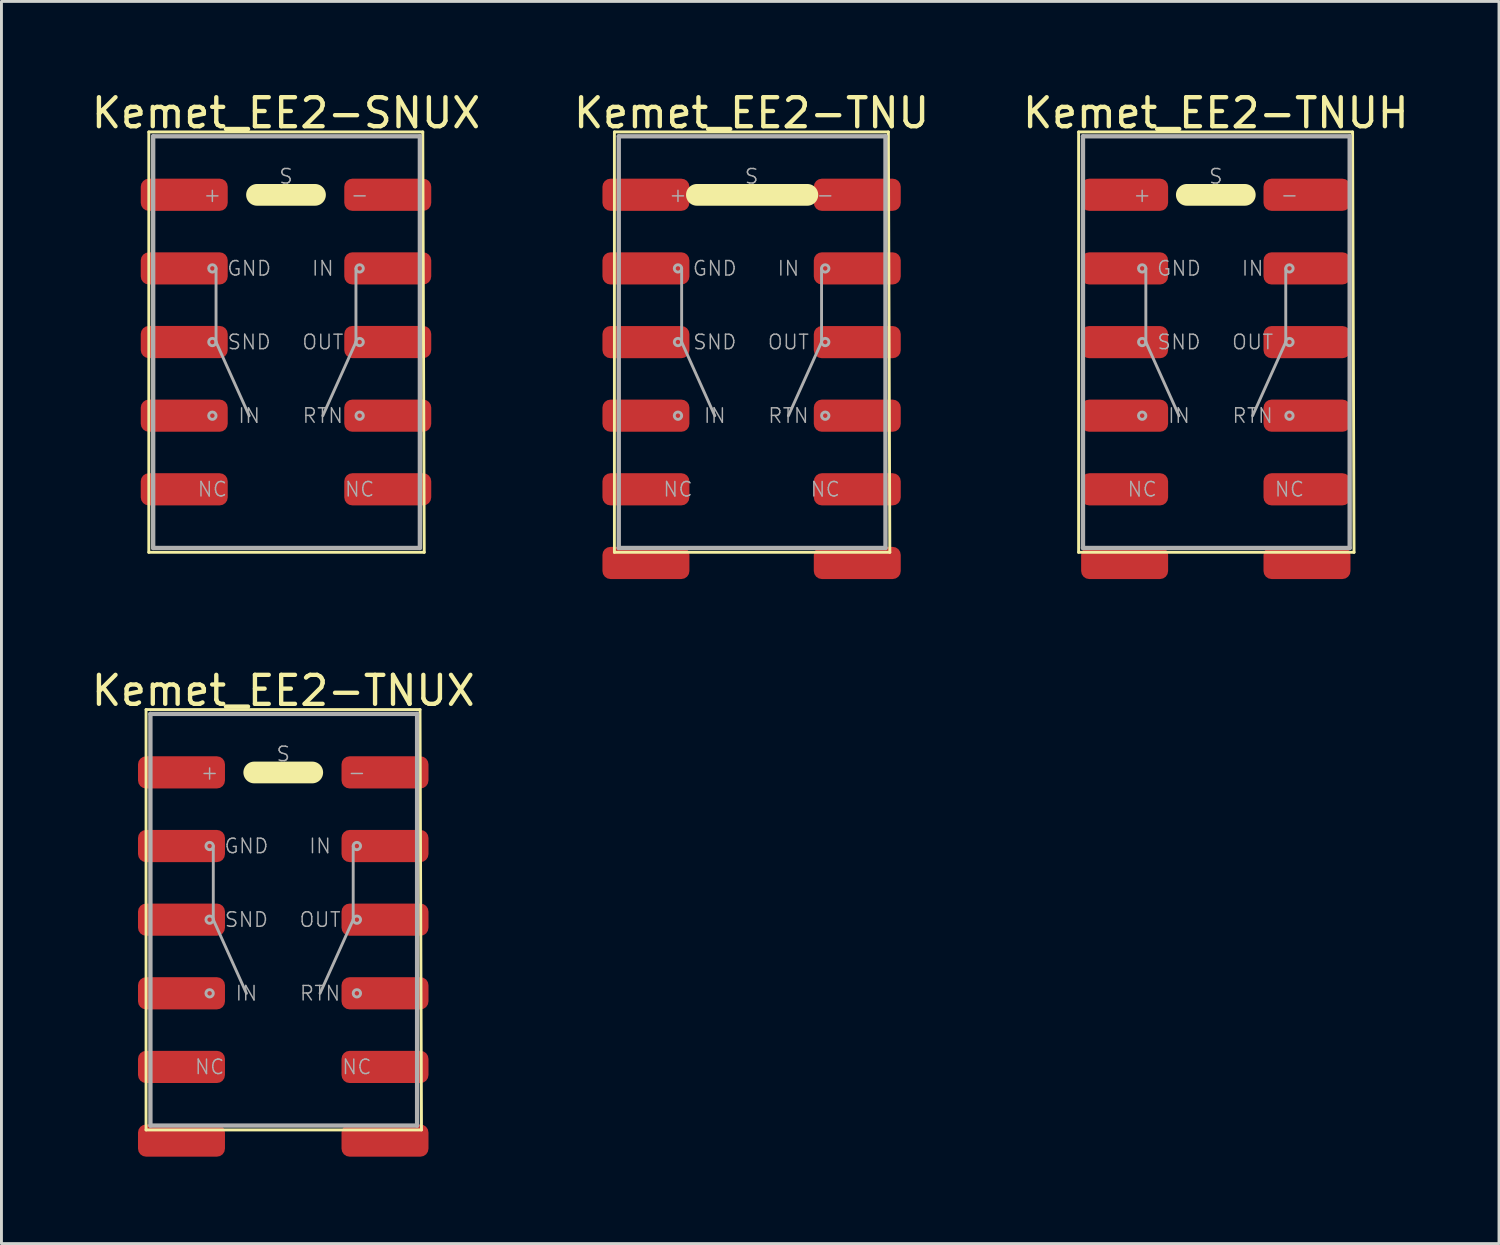
<source format=kicad_pcb>
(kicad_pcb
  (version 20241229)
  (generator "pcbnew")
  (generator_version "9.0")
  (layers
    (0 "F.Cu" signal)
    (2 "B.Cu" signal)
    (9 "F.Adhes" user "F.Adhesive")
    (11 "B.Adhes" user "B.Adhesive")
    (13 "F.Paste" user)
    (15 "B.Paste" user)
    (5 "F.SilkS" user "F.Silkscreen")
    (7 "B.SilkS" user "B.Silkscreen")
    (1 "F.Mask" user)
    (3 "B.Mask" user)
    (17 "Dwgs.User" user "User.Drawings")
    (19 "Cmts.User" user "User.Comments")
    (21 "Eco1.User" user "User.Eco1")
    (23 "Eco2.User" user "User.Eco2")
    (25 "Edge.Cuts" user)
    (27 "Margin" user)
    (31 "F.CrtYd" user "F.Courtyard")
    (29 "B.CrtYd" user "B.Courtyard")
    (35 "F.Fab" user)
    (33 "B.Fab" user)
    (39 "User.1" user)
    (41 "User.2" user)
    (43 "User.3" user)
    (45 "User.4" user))
  (footprint "Kemet_EE2-SNUX"
    (layer "F.Cu")
    (at 6.815 8.748)
    (property "Reference" "Kemet_EE2-SNUX" (at 0 -7.9 0) (layer "F.SilkS") (effects (font (size 1 1) (thickness 0.15))))
    (attr through_hole)
    (fp_line (start -4.732 -7.247) (end -4.732 7.253) (stroke (width 0.1) (type solid)) (layer "F.SilkS"))
    (fp_line (start 1 -5.077) (end -1 -5.077) (stroke (width 0.75) (type solid)) (layer "F.SilkS"))
    (fp_line (start 4.718 -7.247) (end -4.732 -7.247) (stroke (width 0.1) (type solid)) (layer "F.SilkS"))
    (fp_line (start 4.718 -7.247) (end 4.768 7.253) (stroke (width 0.1) (type solid)) (layer "F.SilkS"))
    (fp_line (start 4.768 7.253) (end -4.732 7.253) (stroke (width 0.1) (type solid)) (layer "F.SilkS"))
    (fp_line (start -4.582 -7.097) (end -4.582 7.103) (stroke (width 0.15) (type solid)) (layer "F.Fab"))
    (fp_line (start -4.582 7.103) (end 4.618 7.103) (stroke (width 0.15) (type solid)) (layer "F.Fab"))
    (fp_line (start -2.413 0) (end -2.413 -2.54) (stroke (width 0.1) (type solid)) (layer "F.Fab"))
    (fp_line (start -2.413 0) (end -1.27 2.54) (stroke (width 0.1) (type solid)) (layer "F.Fab"))
    (fp_line (start 2.413 0) (end 1.27 2.54) (stroke (width 0.1) (type solid)) (layer "F.Fab"))
    (fp_line (start 2.413 0) (end 2.413 -2.54) (stroke (width 0.1) (type solid)) (layer "F.Fab"))
    (fp_line (start 4.618 -7.097) (end -4.582 -7.097) (stroke (width 0.15) (type solid)) (layer "F.Fab"))
    (fp_line (start 4.618 7.103) (end 4.618 -7.097) (stroke (width 0.15) (type solid)) (layer "F.Fab"))
    (fp_circle (center -2.54 -2.54) (end -2.54 -2.413) (stroke (width 0.1) (type solid)) (fill no) (layer "F.Fab"))
    (fp_circle (center -2.54 0) (end -2.54 -0.127) (stroke (width 0.1) (type solid)) (fill no) (layer "F.Fab"))
    (fp_circle (center -2.54 2.54) (end -2.54 2.413) (stroke (width 0.1) (type solid)) (fill no) (layer "F.Fab"))
    (fp_circle (center 2.54 -2.54) (end 2.54 -2.667) (stroke (width 0.1) (type solid)) (fill no) (layer "F.Fab"))
    (fp_circle (center 2.54 0) (end 2.54 -0.127) (stroke (width 0.1) (type solid)) (fill no) (layer "F.Fab"))
    (fp_circle (center 2.54 2.54) (end 2.54 2.413) (stroke (width 0.1) (type solid)) (fill no) (layer "F.Fab"))
    (fp_text user "NC" (at -2.54 5.08 0) (layer "F.Fab") (effects (font (size 0.5 0.5) (thickness 0.05))))
    (fp_text user "IN" (at 1.27 -2.54 0) (layer "F.Fab") (effects (font (size 0.5 0.5) (thickness 0.05))))
    (fp_text user "GND" (at -1.27 -2.54 0) (layer "F.Fab") (effects (font (size 0.5 0.5) (thickness 0.05))))
    (fp_text user "-" (at 2.54 -5.08 0) (layer "F.Fab") (effects (font (size 0.5 0.5) (thickness 0.05))))
    (fp_text user "OUT" (at 1.27 0 0) (layer "F.Fab") (effects (font (size 0.5 0.5) (thickness 0.05))))
    (fp_text user "+" (at -2.54 -5.08 0) (layer "F.Fab") (effects (font (size 0.5 0.5) (thickness 0.05))))
    (fp_text user "S" (at 0 -5.715 0) (layer "F.Fab") (effects (font (size 0.5 0.5) (thickness 0.05))))
    (fp_text user "IN" (at -1.27 2.54 0) (layer "F.Fab") (effects (font (size 0.5 0.5) (thickness 0.05))))
    (fp_text user "NC" (at 2.54 5.08 0) (layer "F.Fab") (effects (font (size 0.5 0.5) (thickness 0.05))))
    (fp_text user "RTN" (at 1.27 2.54 0) (layer "F.Fab") (effects (font (size 0.5 0.5) (thickness 0.05))))
    (fp_text user "SND" (at -1.27 0 0) (layer "F.Fab") (effects (font (size 0.5 0.5) (thickness 0.05))))
    (pad "1" smd roundrect (at -3.51 -5.08) (size 3 1.11) (layers "F.Cu" "F.Mask" "F.Paste") (roundrect_rratio 0.25))
    (pad "2" smd roundrect (at -3.51 -2.54) (size 3 1.11) (layers "F.Cu" "F.Mask" "F.Paste") (roundrect_rratio 0.25))
    (pad "3" smd roundrect (at -3.51 0) (size 3 1.11) (layers "F.Cu" "F.Mask" "F.Paste") (roundrect_rratio 0.25))
    (pad "4" smd roundrect (at -3.51 2.54) (size 3 1.11) (layers "F.Cu" "F.Mask" "F.Paste") (roundrect_rratio 0.25))
    (pad "5" smd roundrect (at -3.51 5.08) (size 3 1.11) (layers "F.Cu" "F.Mask" "F.Paste") (roundrect_rratio 0.25))
    (pad "6" smd roundrect (at 3.51 5.08) (size 3 1.11) (layers "F.Cu" "F.Mask" "F.Paste") (roundrect_rratio 0.25))
    (pad "7" smd roundrect (at 3.51 2.54) (size 3 1.11) (layers "F.Cu" "F.Mask" "F.Paste") (roundrect_rratio 0.25))
    (pad "8" smd roundrect (at 3.51 0) (size 3 1.11) (layers "F.Cu" "F.Mask" "F.Paste") (roundrect_rratio 0.25))
    (pad "9" smd roundrect (at 3.51 -2.54) (size 3 1.11) (layers "F.Cu" "F.Mask" "F.Paste") (roundrect_rratio 0.25))
    (pad "10" smd roundrect (at 3.51 -5.08) (size 3 1.11) (layers "F.Cu" "F.Mask" "F.Paste") (roundrect_rratio 0.25)))
  (footprint "Kemet_EE2-TNUH"
    (layer "F.Cu")
    (at 38.887 8.748)
    (property "Reference" "Kemet_EE2-TNUH" (at 0 -7.9 0) (layer "F.SilkS") (effects (font (size 1 1) (thickness 0.15))))
    (attr through_hole)
    (fp_line (start -4.732 -7.247) (end -4.732 7.253) (stroke (width 0.1) (type solid)) (layer "F.SilkS"))
    (fp_line (start 1 -5.077) (end -1 -5.077) (stroke (width 0.75) (type solid)) (layer "F.SilkS"))
    (fp_line (start 4.718 -7.247) (end -4.732 -7.247) (stroke (width 0.1) (type solid)) (layer "F.SilkS"))
    (fp_line (start 4.718 -7.247) (end 4.768 7.253) (stroke (width 0.1) (type solid)) (layer "F.SilkS"))
    (fp_line (start 4.768 7.253) (end -4.732 7.253) (stroke (width 0.1) (type solid)) (layer "F.SilkS"))
    (fp_line (start -4.582 -7.097) (end -4.582 7.103) (stroke (width 0.15) (type solid)) (layer "F.Fab"))
    (fp_line (start -4.582 7.103) (end 4.618 7.103) (stroke (width 0.15) (type solid)) (layer "F.Fab"))
    (fp_line (start -2.413 0) (end -2.413 -2.54) (stroke (width 0.1) (type solid)) (layer "F.Fab"))
    (fp_line (start -2.413 0) (end -1.27 2.54) (stroke (width 0.1) (type solid)) (layer "F.Fab"))
    (fp_line (start 2.413 0) (end 1.27 2.54) (stroke (width 0.1) (type solid)) (layer "F.Fab"))
    (fp_line (start 2.413 0) (end 2.413 -2.54) (stroke (width 0.1) (type solid)) (layer "F.Fab"))
    (fp_line (start 4.618 -7.097) (end -4.582 -7.097) (stroke (width 0.15) (type solid)) (layer "F.Fab"))
    (fp_line (start 4.618 7.103) (end 4.618 -7.097) (stroke (width 0.15) (type solid)) (layer "F.Fab"))
    (fp_circle (center -2.54 -2.54) (end -2.54 -2.413) (stroke (width 0.1) (type solid)) (fill no) (layer "F.Fab"))
    (fp_circle (center -2.54 0) (end -2.54 -0.127) (stroke (width 0.1) (type solid)) (fill no) (layer "F.Fab"))
    (fp_circle (center -2.54 2.54) (end -2.54 2.413) (stroke (width 0.1) (type solid)) (fill no) (layer "F.Fab"))
    (fp_circle (center 2.54 -2.54) (end 2.54 -2.667) (stroke (width 0.1) (type solid)) (fill no) (layer "F.Fab"))
    (fp_circle (center 2.54 0) (end 2.54 -0.127) (stroke (width 0.1) (type solid)) (fill no) (layer "F.Fab"))
    (fp_circle (center 2.54 2.54) (end 2.54 2.413) (stroke (width 0.1) (type solid)) (fill no) (layer "F.Fab"))
    (fp_text user "S" (at 0 -5.715 0) (layer "F.Fab") (effects (font (size 0.5 0.5) (thickness 0.05))))
    (fp_text user "+" (at -2.54 -5.08 0) (layer "F.Fab") (effects (font (size 0.5 0.5) (thickness 0.05))))
    (fp_text user "IN" (at -1.27 2.54 0) (layer "F.Fab") (effects (font (size 0.5 0.5) (thickness 0.05))))
    (fp_text user "NC" (at 2.54 5.08 0) (layer "F.Fab") (effects (font (size 0.5 0.5) (thickness 0.05))))
    (fp_text user "NC" (at -2.54 5.08 0) (layer "F.Fab") (effects (font (size 0.5 0.5) (thickness 0.05))))
    (fp_text user "-" (at 2.54 -5.08 0) (layer "F.Fab") (effects (font (size 0.5 0.5) (thickness 0.05))))
    (fp_text user "OUT" (at 1.27 0 0) (layer "F.Fab") (effects (font (size 0.5 0.5) (thickness 0.05))))
    (fp_text user "IN" (at 1.27 -2.54 0) (layer "F.Fab") (effects (font (size 0.5 0.5) (thickness 0.05))))
    (fp_text user "GND" (at -1.27 -2.54 0) (layer "F.Fab") (effects (font (size 0.5 0.5) (thickness 0.05))))
    (fp_text user "SND" (at -1.27 0 0) (layer "F.Fab") (effects (font (size 0.5 0.5) (thickness 0.05))))
    (fp_text user "RTN" (at 1.27 2.54 0) (layer "F.Fab") (effects (font (size 0.5 0.5) (thickness 0.05))))
    (pad "1" smd roundrect (at -3.145 -5.08) (size 3 1.11) (layers "F.Cu" "F.Mask" "F.Paste") (roundrect_rratio 0.25))
    (pad "2" smd roundrect (at -3.145 -2.54) (size 3 1.11) (layers "F.Cu" "F.Mask" "F.Paste") (roundrect_rratio 0.25))
    (pad "3" smd roundrect (at -3.145 0.003) (size 3 1.11) (layers "F.Cu" "F.Mask" "F.Paste") (roundrect_rratio 0.25))
    (pad "4" smd roundrect (at -3.145 2.54) (size 3 1.11) (layers "F.Cu" "F.Mask" "F.Paste") (roundrect_rratio 0.25))
    (pad "5" smd roundrect (at -3.145 5.08) (size 3 1.11) (layers "F.Cu" "F.Mask" "F.Paste") (roundrect_rratio 0.25))
    (pad "5" smd roundrect (at -3.145 7.62) (size 3 1.11) (layers "F.Cu" "F.Mask" "F.Paste") (roundrect_rratio 0.25))
    (pad "6" smd roundrect (at 3.145 5.08) (size 3 1.11) (layers "F.Cu" "F.Mask" "F.Paste") (roundrect_rratio 0.25))
    (pad "6" smd roundrect (at 3.145 7.62) (size 3 1.11) (layers "F.Cu" "F.Mask" "F.Paste") (roundrect_rratio 0.25))
    (pad "7" smd roundrect (at 3.145 2.54) (size 3 1.11) (layers "F.Cu" "F.Mask" "F.Paste") (roundrect_rratio 0.25))
    (pad "8" smd roundrect (at 3.145 0.003) (size 3 1.11) (layers "F.Cu" "F.Mask" "F.Paste") (roundrect_rratio 0.25))
    (pad "9" smd roundrect (at 3.145 -2.54) (size 3 1.11) (layers "F.Cu" "F.Mask" "F.Paste") (roundrect_rratio 0.25))
    (pad "10" smd roundrect (at 3.145 -5.08) (size 3 1.11) (layers "F.Cu" "F.Mask" "F.Paste") (roundrect_rratio 0.25)))
  (footprint "Kemet_EE2-TNU"
    (layer "F.Cu")
    (at 22.875 8.748)
    (property "Reference" "Kemet_EE2-TNU" (at 0 -7.9 0) (layer "F.SilkS") (effects (font (size 1 1) (thickness 0.15))))
    (attr through_hole)
    (fp_line (start -4.732 -7.247) (end -4.732 7.253) (stroke (width 0.1) (type solid)) (layer "F.SilkS"))
    (fp_line (start 1.923 -5.077) (end -1.887 -5.077) (stroke (width 0.75) (type solid)) (layer "F.SilkS"))
    (fp_line (start 4.718 -7.247) (end -4.732 -7.247) (stroke (width 0.1) (type solid)) (layer "F.SilkS"))
    (fp_line (start 4.718 -7.247) (end 4.768 7.253) (stroke (width 0.1) (type solid)) (layer "F.SilkS"))
    (fp_line (start 4.768 7.253) (end -4.732 7.253) (stroke (width 0.1) (type solid)) (layer "F.SilkS"))
    (fp_line (start -4.582 -7.097) (end -4.582 7.103) (stroke (width 0.15) (type solid)) (layer "F.Fab"))
    (fp_line (start -4.582 7.103) (end 4.618 7.103) (stroke (width 0.15) (type solid)) (layer "F.Fab"))
    (fp_line (start -2.413 0) (end -2.413 -2.54) (stroke (width 0.1) (type solid)) (layer "F.Fab"))
    (fp_line (start -2.413 0) (end -1.27 2.54) (stroke (width 0.1) (type solid)) (layer "F.Fab"))
    (fp_line (start 2.413 0) (end 1.27 2.54) (stroke (width 0.1) (type solid)) (layer "F.Fab"))
    (fp_line (start 2.413 0) (end 2.413 -2.54) (stroke (width 0.1) (type solid)) (layer "F.Fab"))
    (fp_line (start 4.618 -7.097) (end -4.582 -7.097) (stroke (width 0.15) (type solid)) (layer "F.Fab"))
    (fp_line (start 4.618 7.103) (end 4.618 -7.097) (stroke (width 0.15) (type solid)) (layer "F.Fab"))
    (fp_circle (center -2.54 -2.54) (end -2.54 -2.413) (stroke (width 0.1) (type solid)) (fill no) (layer "F.Fab"))
    (fp_circle (center -2.54 0) (end -2.54 -0.127) (stroke (width 0.1) (type solid)) (fill no) (layer "F.Fab"))
    (fp_circle (center -2.54 2.54) (end -2.54 2.413) (stroke (width 0.1) (type solid)) (fill no) (layer "F.Fab"))
    (fp_circle (center 2.54 -2.54) (end 2.54 -2.667) (stroke (width 0.1) (type solid)) (fill no) (layer "F.Fab"))
    (fp_circle (center 2.54 0) (end 2.54 -0.127) (stroke (width 0.1) (type solid)) (fill no) (layer "F.Fab"))
    (fp_circle (center 2.54 2.54) (end 2.54 2.413) (stroke (width 0.1) (type solid)) (fill no) (layer "F.Fab"))
    (fp_text user "SND" (at -1.27 0 0) (layer "F.Fab") (effects (font (size 0.5 0.5) (thickness 0.05))))
    (fp_text user "+" (at -2.54 -5.08 0) (layer "F.Fab") (effects (font (size 0.5 0.5) (thickness 0.05))))
    (fp_text user "OUT" (at 1.27 0 0) (layer "F.Fab") (effects (font (size 0.5 0.5) (thickness 0.05))))
    (fp_text user "IN" (at -1.27 2.54 0) (layer "F.Fab") (effects (font (size 0.5 0.5) (thickness 0.05))))
    (fp_text user "RTN" (at 1.27 2.54 0) (layer "F.Fab") (effects (font (size 0.5 0.5) (thickness 0.05))))
    (fp_text user "NC" (at -2.54 5.08 0) (layer "F.Fab") (effects (font (size 0.5 0.5) (thickness 0.05))))
    (fp_text user "S" (at 0 -5.715 0) (layer "F.Fab") (effects (font (size 0.5 0.5) (thickness 0.05))))
    (fp_text user "GND" (at -1.27 -2.54 0) (layer "F.Fab") (effects (font (size 0.5 0.5) (thickness 0.05))))
    (fp_text user "NC" (at 2.54 5.08 0) (layer "F.Fab") (effects (font (size 0.5 0.5) (thickness 0.05))))
    (fp_text user "-" (at 2.54 -5.08 0) (layer "F.Fab") (effects (font (size 0.5 0.5) (thickness 0.05))))
    (fp_text user "IN" (at 1.27 -2.54 0) (layer "F.Fab") (effects (font (size 0.5 0.5) (thickness 0.05))))
    (pad "1" smd roundrect (at -3.645 -5.08) (size 3 1.11) (layers "F.Cu" "F.Mask" "F.Paste") (roundrect_rratio 0.25))
    (pad "2" smd roundrect (at -3.645 -2.54) (size 3 1.11) (layers "F.Cu" "F.Mask" "F.Paste") (roundrect_rratio 0.25))
    (pad "3" smd roundrect (at -3.645 0.003) (size 3 1.11) (layers "F.Cu" "F.Mask" "F.Paste") (roundrect_rratio 0.25))
    (pad "4" smd roundrect (at -3.645 2.54) (size 3 1.11) (layers "F.Cu" "F.Mask" "F.Paste") (roundrect_rratio 0.25))
    (pad "5" smd roundrect (at -3.645 5.08) (size 3 1.11) (layers "F.Cu" "F.Mask" "F.Paste") (roundrect_rratio 0.25))
    (pad "5" smd roundrect (at -3.645 7.62) (size 3 1.11) (layers "F.Cu" "F.Mask" "F.Paste") (roundrect_rratio 0.25))
    (pad "6" smd roundrect (at 3.645 5.08) (size 3 1.11) (layers "F.Cu" "F.Mask" "F.Paste") (roundrect_rratio 0.25))
    (pad "6" smd roundrect (at 3.645 7.62) (size 3 1.11) (layers "F.Cu" "F.Mask" "F.Paste") (roundrect_rratio 0.25))
    (pad "7" smd roundrect (at 3.645 2.54) (size 3 1.11) (layers "F.Cu" "F.Mask" "F.Paste") (roundrect_rratio 0.25))
    (pad "8" smd roundrect (at 3.645 0.003) (size 3 1.11) (layers "F.Cu" "F.Mask" "F.Paste") (roundrect_rratio 0.25))
    (pad "9" smd roundrect (at 3.645 -2.54) (size 3 1.11) (layers "F.Cu" "F.Mask" "F.Paste") (roundrect_rratio 0.25))
    (pad "10" smd roundrect (at 3.645 -5.08) (size 3 1.11) (layers "F.Cu" "F.Mask" "F.Paste") (roundrect_rratio 0.25)))
  (footprint "Kemet_EE2-TNUX"
    (layer "F.Cu")
    (at 6.72 28.672)
    (property "Reference" "Kemet_EE2-TNUX" (at 0 -7.9 0) (layer "F.SilkS") (effects (font (size 1 1) (thickness 0.15))))
    (attr through_hole)
    (fp_line (start -4.732 -7.247) (end -4.732 7.253) (stroke (width 0.1) (type solid)) (layer "F.SilkS"))
    (fp_line (start 1 -5.077) (end -1 -5.077) (stroke (width 0.75) (type solid)) (layer "F.SilkS"))
    (fp_line (start 4.718 -7.247) (end -4.732 -7.247) (stroke (width 0.1) (type solid)) (layer "F.SilkS"))
    (fp_line (start 4.718 -7.247) (end 4.768 7.253) (stroke (width 0.1) (type solid)) (layer "F.SilkS"))
    (fp_line (start 4.768 7.253) (end -4.732 7.253) (stroke (width 0.1) (type solid)) (layer "F.SilkS"))
    (fp_line (start -4.582 -7.097) (end -4.582 7.103) (stroke (width 0.15) (type solid)) (layer "F.Fab"))
    (fp_line (start -4.582 7.103) (end 4.618 7.103) (stroke (width 0.15) (type solid)) (layer "F.Fab"))
    (fp_line (start -2.413 0) (end -2.413 -2.54) (stroke (width 0.1) (type solid)) (layer "F.Fab"))
    (fp_line (start -2.413 0) (end -1.27 2.54) (stroke (width 0.1) (type solid)) (layer "F.Fab"))
    (fp_line (start 2.413 0) (end 1.27 2.54) (stroke (width 0.1) (type solid)) (layer "F.Fab"))
    (fp_line (start 2.413 0) (end 2.413 -2.54) (stroke (width 0.1) (type solid)) (layer "F.Fab"))
    (fp_line (start 4.618 -7.097) (end -4.582 -7.097) (stroke (width 0.15) (type solid)) (layer "F.Fab"))
    (fp_line (start 4.618 7.103) (end 4.618 -7.097) (stroke (width 0.15) (type solid)) (layer "F.Fab"))
    (fp_circle (center -2.54 -2.54) (end -2.54 -2.413) (stroke (width 0.1) (type solid)) (fill no) (layer "F.Fab"))
    (fp_circle (center -2.54 0) (end -2.54 -0.127) (stroke (width 0.1) (type solid)) (fill no) (layer "F.Fab"))
    (fp_circle (center -2.54 2.54) (end -2.54 2.413) (stroke (width 0.1) (type solid)) (fill no) (layer "F.Fab"))
    (fp_circle (center 2.54 -2.54) (end 2.54 -2.667) (stroke (width 0.1) (type solid)) (fill no) (layer "F.Fab"))
    (fp_circle (center 2.54 0) (end 2.54 -0.127) (stroke (width 0.1) (type solid)) (fill no) (layer "F.Fab"))
    (fp_circle (center 2.54 2.54) (end 2.54 2.413) (stroke (width 0.1) (type solid)) (fill no) (layer "F.Fab"))
    (fp_text user "S" (at 0 -5.715 0) (layer "F.Fab") (effects (font (size 0.5 0.5) (thickness 0.05))))
    (fp_text user "RTN" (at 1.27 2.54 0) (layer "F.Fab") (effects (font (size 0.5 0.5) (thickness 0.05))))
    (fp_text user "IN" (at 1.27 -2.54 0) (layer "F.Fab") (effects (font (size 0.5 0.5) (thickness 0.05))))
    (fp_text user "NC" (at -2.54 5.08 0) (layer "F.Fab") (effects (font (size 0.5 0.5) (thickness 0.05))))
    (fp_text user "IN" (at -1.27 2.54 0) (layer "F.Fab") (effects (font (size 0.5 0.5) (thickness 0.05))))
    (fp_text user "OUT" (at 1.27 0 0) (layer "F.Fab") (effects (font (size 0.5 0.5) (thickness 0.05))))
    (fp_text user "GND" (at -1.27 -2.54 0) (layer "F.Fab") (effects (font (size 0.5 0.5) (thickness 0.05))))
    (fp_text user "-" (at 2.54 -5.08 0) (layer "F.Fab") (effects (font (size 0.5 0.5) (thickness 0.05))))
    (fp_text user "NC" (at 2.54 5.08 0) (layer "F.Fab") (effects (font (size 0.5 0.5) (thickness 0.05))))
    (fp_text user "+" (at -2.54 -5.08 0) (layer "F.Fab") (effects (font (size 0.5 0.5) (thickness 0.05))))
    (fp_text user "SND" (at -1.27 0 0) (layer "F.Fab") (effects (font (size 0.5 0.5) (thickness 0.05))))
    (pad "1" smd roundrect (at -3.51 -5.08) (size 3 1.11) (layers "F.Cu" "F.Mask" "F.Paste") (roundrect_rratio 0.25))
    (pad "2" smd roundrect (at -3.51 -2.54) (size 3 1.11) (layers "F.Cu" "F.Mask" "F.Paste") (roundrect_rratio 0.25))
    (pad "3" smd roundrect (at -3.51 0) (size 3 1.11) (layers "F.Cu" "F.Mask" "F.Paste") (roundrect_rratio 0.25))
    (pad "4" smd roundrect (at -3.51 2.54) (size 3 1.11) (layers "F.Cu" "F.Mask" "F.Paste") (roundrect_rratio 0.25))
    (pad "5" smd roundrect (at -3.51 5.08) (size 3 1.11) (layers "F.Cu" "F.Mask" "F.Paste") (roundrect_rratio 0.25))
    (pad "5" smd roundrect (at -3.51 7.62) (size 3 1.11) (layers "F.Cu" "F.Mask" "F.Paste") (roundrect_rratio 0.25))
    (pad "6" smd roundrect (at 3.51 5.08) (size 3 1.11) (layers "F.Cu" "F.Mask" "F.Paste") (roundrect_rratio 0.25))
    (pad "6" smd roundrect (at 3.51 7.62) (size 3 1.11) (layers "F.Cu" "F.Mask" "F.Paste") (roundrect_rratio 0.25))
    (pad "7" smd roundrect (at 3.51 2.54) (size 3 1.11) (layers "F.Cu" "F.Mask" "F.Paste") (roundrect_rratio 0.25))
    (pad "8" smd roundrect (at 3.51 0) (size 3 1.11) (layers "F.Cu" "F.Mask" "F.Paste") (roundrect_rratio 0.25))
    (pad "9" smd roundrect (at 3.51 -2.54) (size 3 1.11) (layers "F.Cu" "F.Mask" "F.Paste") (roundrect_rratio 0.25))
    (pad "10" smd roundrect (at 3.51 -5.08) (size 3 1.11) (layers "F.Cu" "F.Mask" "F.Paste") (roundrect_rratio 0.25)))
  (gr_rect
    (start -3 -3)
    (end 48.655 39.846)
    (stroke (width 0.1) (type default))
    (fill no)
    (layer "Edge.Cuts")))
</source>
